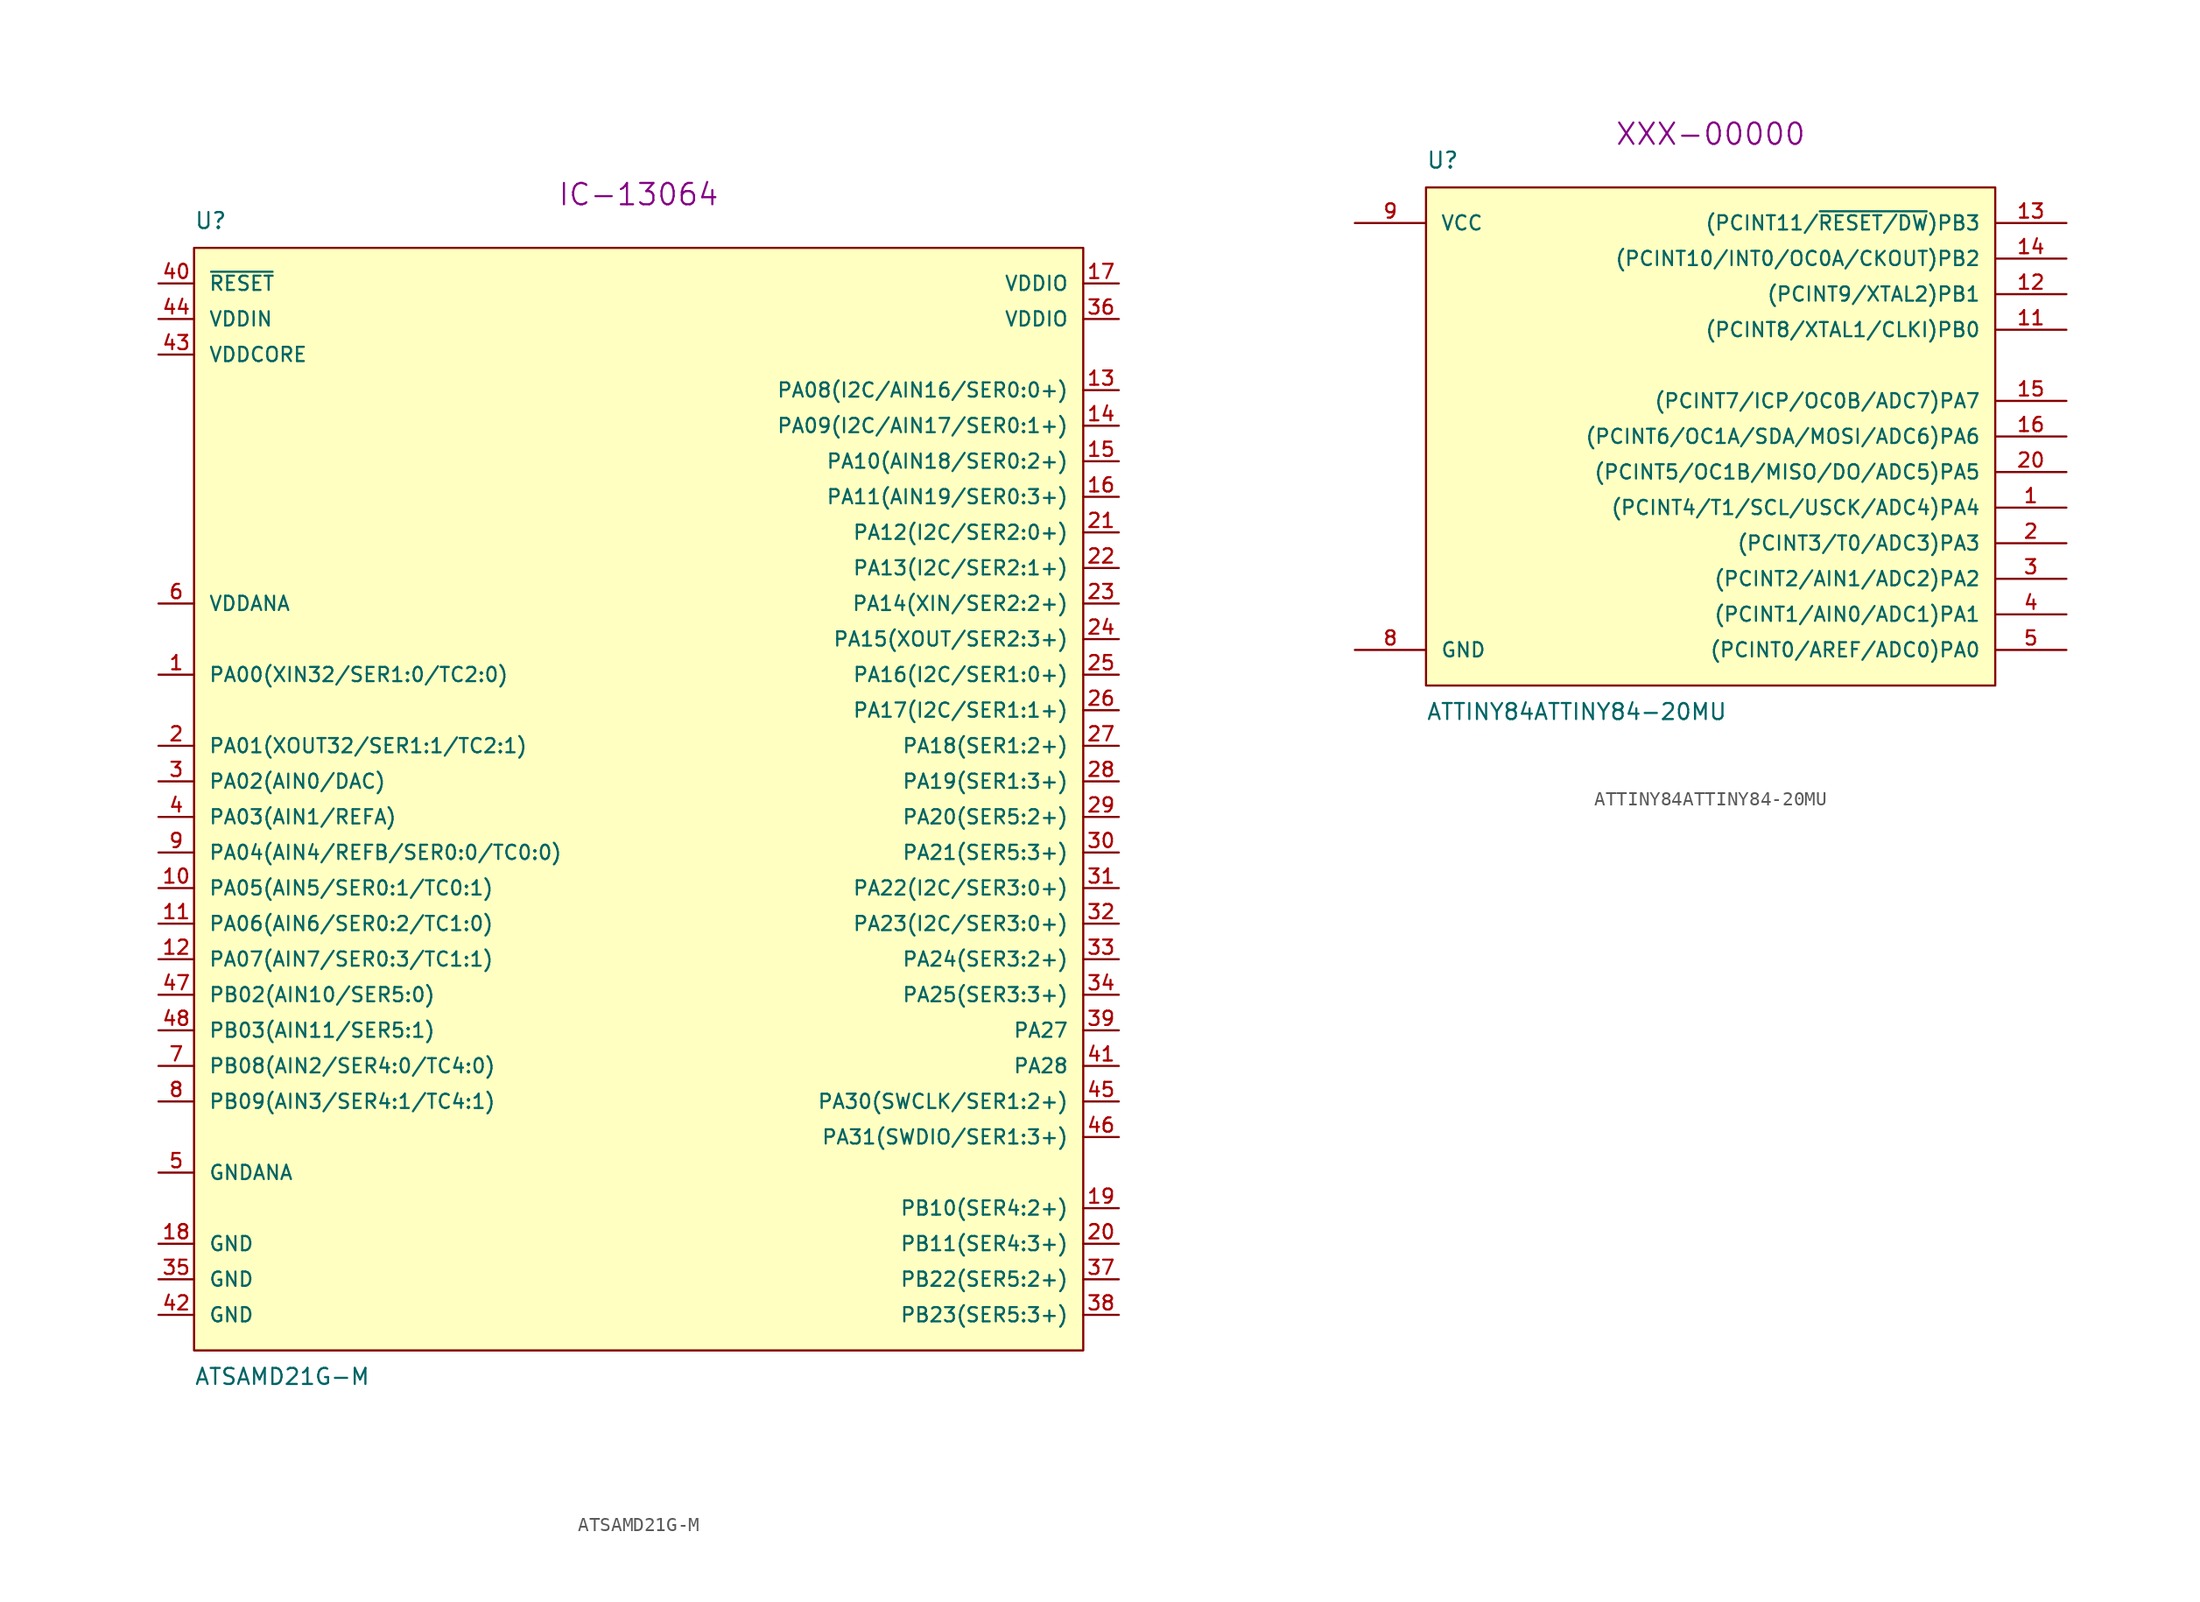
<source format=kicad_sym>
(kicad_symbol_lib
  (version 20201005)
  (generator kicad_symbol_editor)
  (symbol "ATSAMD21G-M"
    (pin_names
      (offset 1.016))
    (property "Reference" "U"
      (at -31.75 40.64 0)
      (effects (font (size 1.143 1.143)) (justify left bottom)))
    (property "Value" "ATSAMD21G-M"
      (at -31.75 -41.91 0)
      (effects (font (size 1.143 1.143)) (justify left bottom)))
    (property "Field4" "IC-13064"
      (at 0 43.18 0)
      (effects (font (size 1.524 1.524))))
    (property "ki_locked" ""
      (at 0 0 0)
      (effects (font (size 1.27 1.27))))
    (symbol "ATSAMD21G-M_1_1"
      (polyline (pts (xy -31.75 39.37) (xy -31.75 -39.37) (xy 31.75 -39.37) (xy 31.75 39.37) (xy -31.75 39.37)) (stroke (width 0)) (fill (type background)))
      (pin bidirectional line (at -34.29 8.89 0) (length 2.54) (name "PA00(XIN32/SER1:0/TC2:0)" (effects (font (size 1.016 1.016)))) (number "1" (effects (font (size 1.016 1.016)))))
      (pin bidirectional line (at -34.29 3.81 0) (length 2.54) (name "PA01(XOUT32/SER1:1/TC2:1)" (effects (font (size 1.016 1.016)))) (number "2" (effects (font (size 1.016 1.016)))))
      (pin bidirectional line (at -34.29 1.27 0) (length 2.54) (name "PA02(AIN0/DAC)" (effects (font (size 1.016 1.016)))) (number "3" (effects (font (size 1.016 1.016)))))
      (pin bidirectional line (at -34.29 -1.27 0) (length 2.54) (name "PA03(AIN1/REFA)" (effects (font (size 1.016 1.016)))) (number "4" (effects (font (size 1.016 1.016)))))
      (pin bidirectional line (at -34.29 -26.67 0) (length 2.54) (name "GNDANA" (effects (font (size 1.016 1.016)))) (number "5" (effects (font (size 1.016 1.016)))))
      (pin bidirectional line (at -34.29 13.97 0) (length 2.54) (name "VDDANA" (effects (font (size 1.016 1.016)))) (number "6" (effects (font (size 1.016 1.016)))))
      (pin bidirectional line (at -34.29 -19.05 0) (length 2.54) (name "PB08(AIN2/SER4:0/TC4:0)" (effects (font (size 1.016 1.016)))) (number "7" (effects (font (size 1.016 1.016)))))
      (pin bidirectional line (at -34.29 -21.59 0) (length 2.54) (name "PB09(AIN3/SER4:1/TC4:1)" (effects (font (size 1.016 1.016)))) (number "8" (effects (font (size 1.016 1.016)))))
      (pin bidirectional line (at -34.29 -3.81 0) (length 2.54) (name "PA04(AIN4/REFB/SER0:0/TC0:0)" (effects (font (size 1.016 1.016)))) (number "9" (effects (font (size 1.016 1.016)))))
      (pin bidirectional line (at -34.29 -6.35 0) (length 2.54) (name "PA05(AIN5/SER0:1/TC0:1)" (effects (font (size 1.016 1.016)))) (number "10" (effects (font (size 1.016 1.016)))))
      (pin bidirectional line (at 34.29 -31.75 180) (length 2.54) (name "PB11(SER4:3+)" (effects (font (size 1.016 1.016)))) (number "20" (effects (font (size 1.016 1.016)))))
      (pin bidirectional line (at 34.29 -3.81 180) (length 2.54) (name "PA21(SER5:3+)" (effects (font (size 1.016 1.016)))) (number "30" (effects (font (size 1.016 1.016)))))
      (pin bidirectional line (at -34.29 36.83 0) (length 2.54) (name "~RESET~" (effects (font (size 1.016 1.016)))) (number "40" (effects (font (size 1.016 1.016)))))
      (pin bidirectional line (at -34.29 -8.89 0) (length 2.54) (name "PA06(AIN6/SER0:2/TC1:0)" (effects (font (size 1.016 1.016)))) (number "11" (effects (font (size 1.016 1.016)))))
      (pin bidirectional line (at 34.29 19.05 180) (length 2.54) (name "PA12(I2C/SER2:0+)" (effects (font (size 1.016 1.016)))) (number "21" (effects (font (size 1.016 1.016)))))
      (pin bidirectional line (at 34.29 -6.35 180) (length 2.54) (name "PA22(I2C/SER3:0+)" (effects (font (size 1.016 1.016)))) (number "31" (effects (font (size 1.016 1.016)))))
      (pin bidirectional line (at 34.29 -19.05 180) (length 2.54) (name "PA28" (effects (font (size 1.016 1.016)))) (number "41" (effects (font (size 1.016 1.016)))))
      (pin bidirectional line (at -34.29 -11.43 0) (length 2.54) (name "PA07(AIN7/SER0:3/TC1:1)" (effects (font (size 1.016 1.016)))) (number "12" (effects (font (size 1.016 1.016)))))
      (pin bidirectional line (at 34.29 16.51 180) (length 2.54) (name "PA13(I2C/SER2:1+)" (effects (font (size 1.016 1.016)))) (number "22" (effects (font (size 1.016 1.016)))))
      (pin bidirectional line (at 34.29 -8.89 180) (length 2.54) (name "PA23(I2C/SER3:0+)" (effects (font (size 1.016 1.016)))) (number "32" (effects (font (size 1.016 1.016)))))
      (pin bidirectional line (at -34.29 -36.83 0) (length 2.54) (name "GND" (effects (font (size 1.016 1.016)))) (number "42" (effects (font (size 1.016 1.016)))))
      (pin bidirectional line (at 34.29 29.21 180) (length 2.54) (name "PA08(I2C/AIN16/SER0:0+)" (effects (font (size 1.016 1.016)))) (number "13" (effects (font (size 1.016 1.016)))))
      (pin bidirectional line (at 34.29 13.97 180) (length 2.54) (name "PA14(XIN/SER2:2+)" (effects (font (size 1.016 1.016)))) (number "23" (effects (font (size 1.016 1.016)))))
      (pin bidirectional line (at 34.29 -11.43 180) (length 2.54) (name "PA24(SER3:2+)" (effects (font (size 1.016 1.016)))) (number "33" (effects (font (size 1.016 1.016)))))
      (pin bidirectional line (at -34.29 31.75 0) (length 2.54) (name "VDDCORE" (effects (font (size 1.016 1.016)))) (number "43" (effects (font (size 1.016 1.016)))))
      (pin bidirectional line (at 34.29 26.67 180) (length 2.54) (name "PA09(I2C/AIN17/SER0:1+)" (effects (font (size 1.016 1.016)))) (number "14" (effects (font (size 1.016 1.016)))))
      (pin bidirectional line (at 34.29 11.43 180) (length 2.54) (name "PA15(XOUT/SER2:3+)" (effects (font (size 1.016 1.016)))) (number "24" (effects (font (size 1.016 1.016)))))
      (pin bidirectional line (at 34.29 -13.97 180) (length 2.54) (name "PA25(SER3:3+)" (effects (font (size 1.016 1.016)))) (number "34" (effects (font (size 1.016 1.016)))))
      (pin bidirectional line (at -34.29 34.29 0) (length 2.54) (name "VDDIN" (effects (font (size 1.016 1.016)))) (number "44" (effects (font (size 1.016 1.016)))))
      (pin bidirectional line (at 34.29 24.13 180) (length 2.54) (name "PA10(AIN18/SER0:2+)" (effects (font (size 1.016 1.016)))) (number "15" (effects (font (size 1.016 1.016)))))
      (pin bidirectional line (at 34.29 8.89 180) (length 2.54) (name "PA16(I2C/SER1:0+)" (effects (font (size 1.016 1.016)))) (number "25" (effects (font (size 1.016 1.016)))))
      (pin bidirectional line (at -34.29 -34.29 0) (length 2.54) (name "GND" (effects (font (size 1.016 1.016)))) (number "35" (effects (font (size 1.016 1.016)))))
      (pin bidirectional line (at 34.29 -21.59 180) (length 2.54) (name "PA30(SWCLK/SER1:2+)" (effects (font (size 1.016 1.016)))) (number "45" (effects (font (size 1.016 1.016)))))
      (pin bidirectional line (at 34.29 21.59 180) (length 2.54) (name "PA11(AIN19/SER0:3+)" (effects (font (size 1.016 1.016)))) (number "16" (effects (font (size 1.016 1.016)))))
      (pin bidirectional line (at 34.29 6.35 180) (length 2.54) (name "PA17(I2C/SER1:1+)" (effects (font (size 1.016 1.016)))) (number "26" (effects (font (size 1.016 1.016)))))
      (pin bidirectional line (at 34.29 34.29 180) (length 2.54) (name "VDDIO" (effects (font (size 1.016 1.016)))) (number "36" (effects (font (size 1.016 1.016)))))
      (pin bidirectional line (at 34.29 -24.13 180) (length 2.54) (name "PA31(SWDIO/SER1:3+)" (effects (font (size 1.016 1.016)))) (number "46" (effects (font (size 1.016 1.016)))))
      (pin bidirectional line (at 34.29 36.83 180) (length 2.54) (name "VDDIO" (effects (font (size 1.016 1.016)))) (number "17" (effects (font (size 1.016 1.016)))))
      (pin bidirectional line (at 34.29 3.81 180) (length 2.54) (name "PA18(SER1:2+)" (effects (font (size 1.016 1.016)))) (number "27" (effects (font (size 1.016 1.016)))))
      (pin bidirectional line (at 34.29 -34.29 180) (length 2.54) (name "PB22(SER5:2+)" (effects (font (size 1.016 1.016)))) (number "37" (effects (font (size 1.016 1.016)))))
      (pin bidirectional line (at -34.29 -13.97 0) (length 2.54) (name "PB02(AIN10/SER5:0)" (effects (font (size 1.016 1.016)))) (number "47" (effects (font (size 1.016 1.016)))))
      (pin bidirectional line (at -34.29 -31.75 0) (length 2.54) (name "GND" (effects (font (size 1.016 1.016)))) (number "18" (effects (font (size 1.016 1.016)))))
      (pin bidirectional line (at 34.29 1.27 180) (length 2.54) (name "PA19(SER1:3+)" (effects (font (size 1.016 1.016)))) (number "28" (effects (font (size 1.016 1.016)))))
      (pin bidirectional line (at 34.29 -36.83 180) (length 2.54) (name "PB23(SER5:3+)" (effects (font (size 1.016 1.016)))) (number "38" (effects (font (size 1.016 1.016)))))
      (pin bidirectional line (at -34.29 -16.51 0) (length 2.54) (name "PB03(AIN11/SER5:1)" (effects (font (size 1.016 1.016)))) (number "48" (effects (font (size 1.016 1.016)))))
      (pin bidirectional line (at 34.29 -29.21 180) (length 2.54) (name "PB10(SER4:2+)" (effects (font (size 1.016 1.016)))) (number "19" (effects (font (size 1.016 1.016)))))
      (pin bidirectional line (at 34.29 -1.27 180) (length 2.54) (name "PA20(SER5:2+)" (effects (font (size 1.016 1.016)))) (number "29" (effects (font (size 1.016 1.016)))))
      (pin bidirectional line (at 34.29 -16.51 180) (length 2.54) (name "PA27" (effects (font (size 1.016 1.016)))) (number "39" (effects (font (size 1.016 1.016)))))))
  (symbol "ATTINY84ATTINY84-20MU"
    (pin_names
      (offset 1.016))
    (property "Reference" "U"
      (at -20.32 19.05 0)
      (effects (font (size 1.143 1.143)) (justify left bottom)))
    (property "Value" "ATTINY84ATTINY84-20MU"
      (at -20.32 -20.32 0)
      (effects (font (size 1.143 1.143)) (justify left bottom)))
    (property "Field4" "XXX-00000"
      (at 0 21.59 0)
      (effects (font (size 1.524 1.524))))
    (property "ki_locked" ""
      (at 0 0 0)
      (effects (font (size 1.27 1.27))))
    (symbol "ATTINY84ATTINY84-20MU_1_1"
      (polyline (pts (xy -20.32 17.78) (xy 20.32 17.78) (xy 20.32 -17.78) (xy -20.32 -17.78) (xy -20.32 17.78)) (stroke (width 0)) (fill (type background)))
      (pin bidirectional line (at 25.4 -5.08 180) (length 5.08) (name "(PCINT4/T1/SCL/USCK/ADC4)PA4" (effects (font (size 1.016 1.016)))) (number "1" (effects (font (size 1.016 1.016)))))
      (pin bidirectional line (at 25.4 -7.62 180) (length 5.08) (name "(PCINT3/T0/ADC3)PA3" (effects (font (size 1.016 1.016)))) (number "2" (effects (font (size 1.016 1.016)))))
      (pin bidirectional line (at 25.4 -10.16 180) (length 5.08) (name "(PCINT2/AIN1/ADC2)PA2" (effects (font (size 1.016 1.016)))) (number "3" (effects (font (size 1.016 1.016)))))
      (pin bidirectional line (at 25.4 -12.7 180) (length 5.08) (name "(PCINT1/AIN0/ADC1)PA1" (effects (font (size 1.016 1.016)))) (number "4" (effects (font (size 1.016 1.016)))))
      (pin bidirectional line (at 25.4 -15.24 180) (length 5.08) (name "(PCINT0/AREF/ADC0)PA0" (effects (font (size 1.016 1.016)))) (number "5" (effects (font (size 1.016 1.016)))))
      (pin bidirectional line (at -25.4 -15.24 0) (length 5.08) (name "GND" (effects (font (size 1.016 1.016)))) (number "8" (effects (font (size 1.016 1.016)))))
      (pin bidirectional line (at -25.4 15.24 0) (length 5.08) (name "VCC" (effects (font (size 1.016 1.016)))) (number "9" (effects (font (size 1.016 1.016)))))
      (pin bidirectional line (at 25.4 -2.54 180) (length 5.08) (name "(PCINT5/OC1B/MISO/DO/ADC5)PA5" (effects (font (size 1.016 1.016)))) (number "20" (effects (font (size 1.016 1.016)))))
      (pin bidirectional line (at 25.4 7.62 180) (length 5.08) (name "(PCINT8/XTAL1/CLKI)PB0" (effects (font (size 1.016 1.016)))) (number "11" (effects (font (size 1.016 1.016)))))
      (pin bidirectional line (at 25.4 10.16 180) (length 5.08) (name "(PCINT9/XTAL2)PB1" (effects (font (size 1.016 1.016)))) (number "12" (effects (font (size 1.016 1.016)))))
      (pin bidirectional line (at 25.4 15.24 180) (length 5.08) (name "(PCINT11/~RESET/DW)PB3" (effects (font (size 1.016 1.016)))) (number "13" (effects (font (size 1.016 1.016)))))
      (pin bidirectional line (at 25.4 12.7 180) (length 5.08) (name "(PCINT10/INT0/OC0A/CKOUT)PB2" (effects (font (size 1.016 1.016)))) (number "14" (effects (font (size 1.016 1.016)))))
      (pin bidirectional line (at 25.4 2.54 180) (length 5.08) (name "(PCINT7/ICP/OC0B/ADC7)PA7" (effects (font (size 1.016 1.016)))) (number "15" (effects (font (size 1.016 1.016)))))
      (pin bidirectional line (at 25.4 0 180) (length 5.08) (name "(PCINT6/OC1A/SDA/MOSI/ADC6)PA6" (effects (font (size 1.016 1.016)))) (number "16" (effects (font (size 1.016 1.016))))))))
</source>
